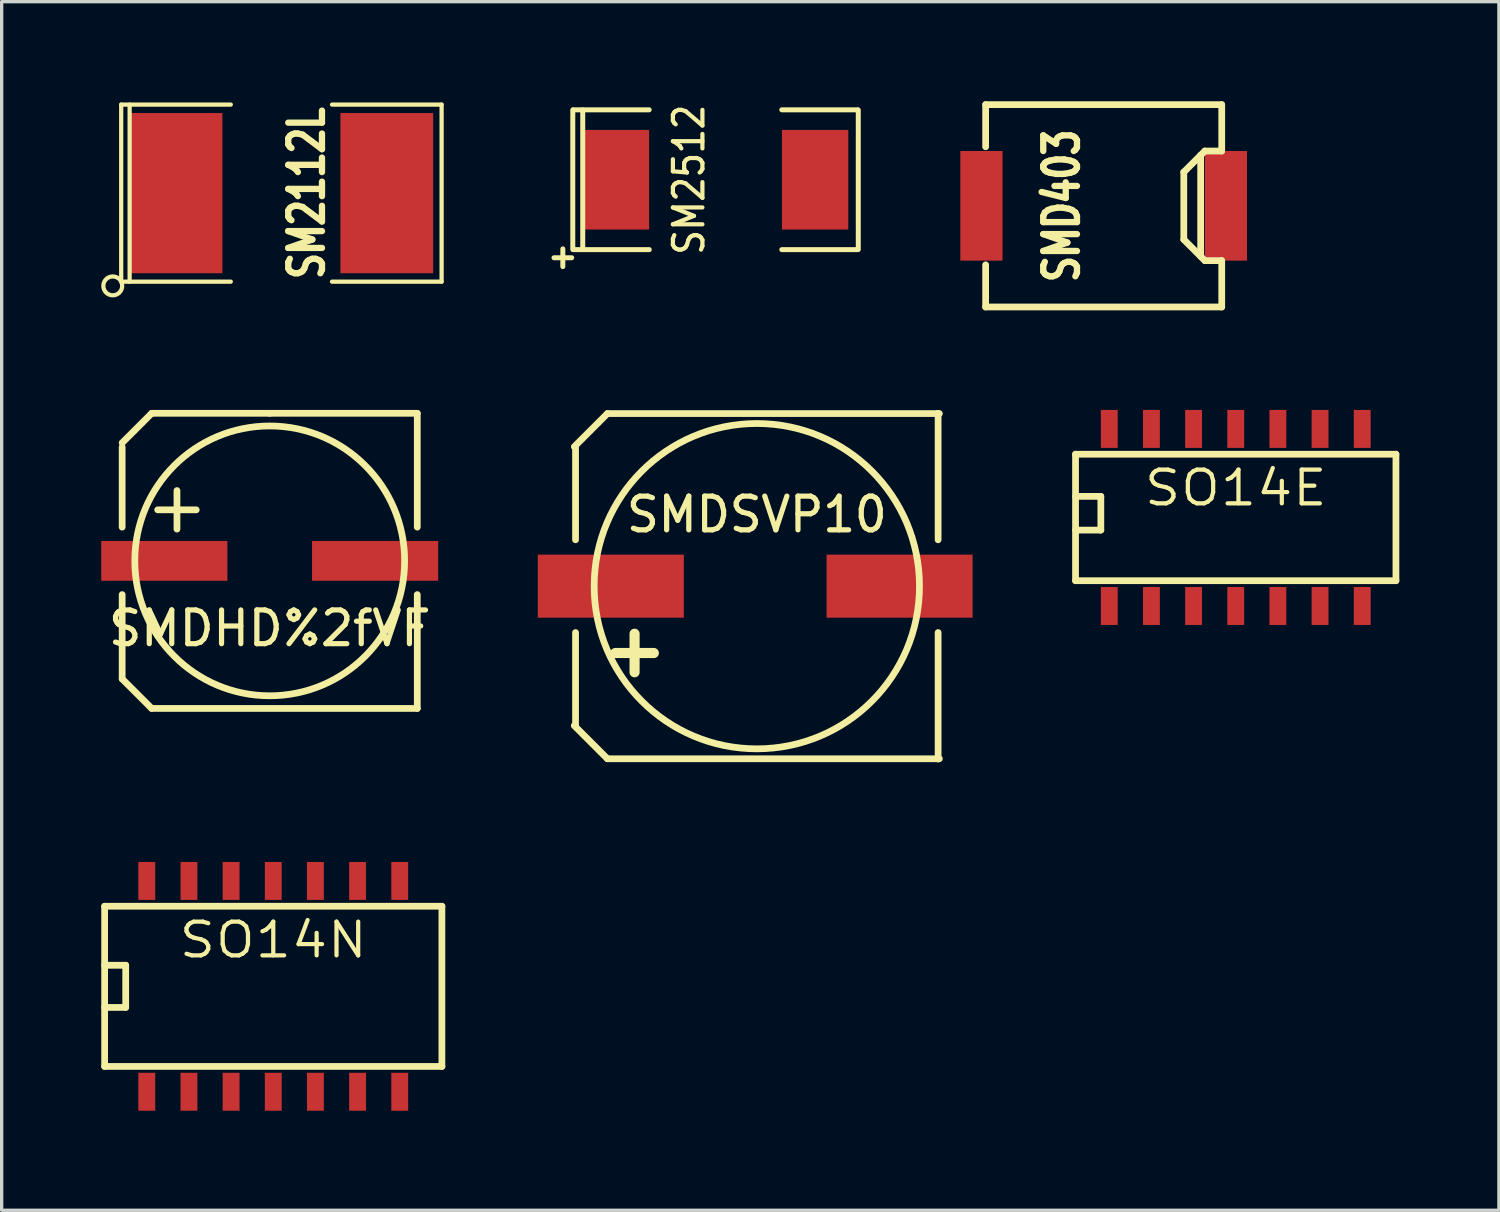
<source format=kicad_pcb>
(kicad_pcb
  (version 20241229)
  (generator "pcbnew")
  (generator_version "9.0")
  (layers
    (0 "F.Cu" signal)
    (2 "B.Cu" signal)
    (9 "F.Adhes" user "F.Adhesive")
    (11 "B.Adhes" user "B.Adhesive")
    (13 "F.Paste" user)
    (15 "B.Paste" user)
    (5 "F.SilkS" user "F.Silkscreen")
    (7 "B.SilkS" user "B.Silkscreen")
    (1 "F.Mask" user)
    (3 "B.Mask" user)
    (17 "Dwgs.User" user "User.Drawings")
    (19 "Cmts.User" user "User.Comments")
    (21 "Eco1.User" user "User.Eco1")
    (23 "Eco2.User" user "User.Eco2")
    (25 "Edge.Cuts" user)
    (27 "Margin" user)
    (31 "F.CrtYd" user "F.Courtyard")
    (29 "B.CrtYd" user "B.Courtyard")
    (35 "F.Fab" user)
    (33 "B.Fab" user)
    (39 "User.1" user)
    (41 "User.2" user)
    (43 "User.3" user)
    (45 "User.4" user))
  (footprint "SM2112L"
    (layer "F.Cu")
    (at 5.427 2.768)
    (property "Reference" "SM2112L" (at 0.762 0 90) (layer "F.SilkS") (effects (font (size 1.016 0.762) (thickness 0.203))))
    (attr smd)
    (fp_line (start -4.826 -2.667) (end -4.826 2.667) (stroke (width 0.127) (type solid)) (layer "F.SilkS"))
    (fp_line (start -4.572 -2.667) (end -4.572 2.667) (stroke (width 0.127) (type solid)) (layer "F.SilkS"))
    (fp_line (start -1.524 -2.667) (end -4.826 -2.667) (stroke (width 0.127) (type solid)) (layer "F.SilkS"))
    (fp_line (start -1.524 2.667) (end -4.826 2.667) (stroke (width 0.127) (type solid)) (layer "F.SilkS"))
    (fp_line (start 1.524 -2.667) (end 4.826 -2.667) (stroke (width 0.127) (type solid)) (layer "F.SilkS"))
    (fp_line (start 4.826 -2.667) (end 4.826 2.667) (stroke (width 0.127) (type solid)) (layer "F.SilkS"))
    (fp_line (start 4.826 2.667) (end 1.524 2.667) (stroke (width 0.127) (type solid)) (layer "F.SilkS"))
    (fp_circle (center -5.08 2.794) (end -4.826 2.667) (stroke (width 0.127) (type solid)) (fill no) (layer "F.SilkS"))
    (pad "1" smd rect (at -3.175 0) (size 2.794 4.826) (layers "F.Cu" "F.Mask" "F.Paste"))
    (pad "2" smd rect (at 3.175 0) (size 2.794 4.826) (layers "F.Cu" "F.Mask" "F.Paste")))
  (footprint "SMD403"
    (layer "F.Cu")
    (at 30.198 3.15)
    (property "Reference" "SMD403" (at -1.265 0 90) (layer "F.SilkS") (effects (font (size 1.016 0.762) (thickness 0.203))))
    (attr smd)
    (fp_line (start -3.556 -3.048) (end -3.556 -1.778) (stroke (width 0.203) (type solid)) (layer "F.SilkS"))
    (fp_line (start -3.556 -3.048) (end 3.556 -3.048) (stroke (width 0.203) (type solid)) (layer "F.SilkS"))
    (fp_line (start -3.556 3.048) (end -3.556 1.778) (stroke (width 0.203) (type solid)) (layer "F.SilkS"))
    (fp_line (start 2.413 1.016) (end 2.413 -1.016) (stroke (width 0.203) (type solid)) (layer "F.SilkS"))
    (fp_line (start 2.921 -1.524) (end 2.921 1.524) (stroke (width 0.203) (type solid)) (layer "F.SilkS"))
    (fp_line (start 3.048 -1.651) (end 2.413 -1.016) (stroke (width 0.203) (type solid)) (layer "F.SilkS"))
    (fp_line (start 3.048 1.651) (end 2.413 1.016) (stroke (width 0.203) (type solid)) (layer "F.SilkS"))
    (fp_line (start 3.556 -1.651) (end 3.048 -1.651) (stroke (width 0.203) (type solid)) (layer "F.SilkS"))
    (fp_line (start 3.556 -1.651) (end 3.556 -3.048) (stroke (width 0.203) (type solid)) (layer "F.SilkS"))
    (fp_line (start 3.556 1.651) (end 3.048 1.651) (stroke (width 0.203) (type solid)) (layer "F.SilkS"))
    (fp_line (start 3.556 3.048) (end -3.556 3.048) (stroke (width 0.203) (type solid)) (layer "F.SilkS"))
    (fp_line (start 3.556 3.048) (end 3.556 1.651) (stroke (width 0.203) (type solid)) (layer "F.SilkS"))
    (pad "1" smd rect (at -3.683 0) (size 1.27 3.302) (layers "F.Cu" "F.Mask" "F.Paste"))
    (pad "2" smd rect (at 3.683 0) (size 1.27 3.302) (layers "F.Cu" "F.Mask" "F.Paste")))
  (footprint "SO14E"
    (layer "F.Cu")
    (at 34.176 12.411)
    (property "Reference" "SO14E" (at 0 -0.762 0) (layer "F.SilkS") (effects (font (size 1.016 1.143) (thickness 0.127))))
    (attr smd)
    (fp_line (start -4.826 -1.778) (end 4.826 -1.778) (stroke (width 0.203) (type solid)) (layer "F.SilkS"))
    (fp_line (start -4.826 -0.508) (end -4.064 -0.508) (stroke (width 0.203) (type solid)) (layer "F.SilkS"))
    (fp_line (start -4.826 2.032) (end -4.826 -1.778) (stroke (width 0.203) (type solid)) (layer "F.SilkS"))
    (fp_line (start -4.064 -0.508) (end -4.064 0.508) (stroke (width 0.203) (type solid)) (layer "F.SilkS"))
    (fp_line (start -4.064 0.508) (end -4.826 0.508) (stroke (width 0.203) (type solid)) (layer "F.SilkS"))
    (fp_line (start 4.826 -1.778) (end 4.826 2.032) (stroke (width 0.203) (type solid)) (layer "F.SilkS"))
    (fp_line (start 4.826 2.032) (end -4.826 2.032) (stroke (width 0.203) (type solid)) (layer "F.SilkS"))
    (pad "1" smd rect (at -3.81 2.794) (size 0.508 1.143) (layers "F.Cu" "F.Mask" "F.Paste"))
    (pad "2" smd rect (at -2.54 2.794) (size 0.508 1.143) (layers "F.Cu" "F.Mask" "F.Paste"))
    (pad "3" smd rect (at -1.27 2.794) (size 0.508 1.143) (layers "F.Cu" "F.Mask" "F.Paste"))
    (pad "4" smd rect (at 0 2.794) (size 0.508 1.143) (layers "F.Cu" "F.Mask" "F.Paste"))
    (pad "5" smd rect (at 1.27 2.794) (size 0.508 1.143) (layers "F.Cu" "F.Mask" "F.Paste"))
    (pad "6" smd rect (at 2.54 2.794) (size 0.508 1.143) (layers "F.Cu" "F.Mask" "F.Paste"))
    (pad "7" smd rect (at 3.81 2.794) (size 0.508 1.143) (layers "F.Cu" "F.Mask" "F.Paste"))
    (pad "8" smd rect (at 3.81 -2.54) (size 0.508 1.143) (layers "F.Cu" "F.Mask" "F.Paste"))
    (pad "9" smd rect (at 2.54 -2.54) (size 0.508 1.143) (layers "F.Cu" "F.Mask" "F.Paste"))
    (pad "10" smd rect (at 1.27 -2.54) (size 0.508 1.143) (layers "F.Cu" "F.Mask" "F.Paste"))
    (pad "11" smd rect (at 0 -2.54) (size 0.508 1.143) (layers "F.Cu" "F.Mask" "F.Paste"))
    (pad "12" smd rect (at -1.27 -2.54) (size 0.508 1.143) (layers "F.Cu" "F.Mask" "F.Paste"))
    (pad "13" smd rect (at -2.54 -2.54) (size 0.508 1.143) (layers "F.Cu" "F.Mask" "F.Paste"))
    (pad "14" smd rect (at -3.81 -2.54) (size 0.508 1.143) (layers "F.Cu" "F.Mask" "F.Paste")))
  (footprint "SO14N"
    (layer "F.Cu")
    (at 5.182 26.536)
    (property "Reference" "SO14N" (at 0 -1.27 0) (layer "F.SilkS") (effects (font (size 1.016 1.143) (thickness 0.127))))
    (attr smd)
    (fp_line (start -5.08 -2.286) (end 5.08 -2.286) (stroke (width 0.203) (type solid)) (layer "F.SilkS"))
    (fp_line (start -5.08 -0.508) (end -4.445 -0.508) (stroke (width 0.203) (type solid)) (layer "F.SilkS"))
    (fp_line (start -5.08 2.54) (end -5.08 -2.286) (stroke (width 0.203) (type solid)) (layer "F.SilkS"))
    (fp_line (start -4.445 -0.508) (end -4.445 0.762) (stroke (width 0.203) (type solid)) (layer "F.SilkS"))
    (fp_line (start -4.445 0.762) (end -5.08 0.762) (stroke (width 0.203) (type solid)) (layer "F.SilkS"))
    (fp_line (start 5.08 -2.286) (end 5.08 2.54) (stroke (width 0.203) (type solid)) (layer "F.SilkS"))
    (fp_line (start 5.08 2.54) (end -5.08 2.54) (stroke (width 0.203) (type solid)) (layer "F.SilkS"))
    (pad "1" smd rect (at -3.81 3.302) (size 0.508 1.143) (layers "F.Cu" "F.Mask" "F.Paste"))
    (pad "2" smd rect (at -2.54 3.302) (size 0.508 1.143) (layers "F.Cu" "F.Mask" "F.Paste"))
    (pad "3" smd rect (at -1.27 3.302) (size 0.508 1.143) (layers "F.Cu" "F.Mask" "F.Paste"))
    (pad "4" smd rect (at 0 3.302) (size 0.508 1.143) (layers "F.Cu" "F.Mask" "F.Paste"))
    (pad "5" smd rect (at 1.27 3.302) (size 0.508 1.143) (layers "F.Cu" "F.Mask" "F.Paste"))
    (pad "6" smd rect (at 2.54 3.302) (size 0.508 1.143) (layers "F.Cu" "F.Mask" "F.Paste"))
    (pad "7" smd rect (at 3.81 3.302) (size 0.508 1.143) (layers "F.Cu" "F.Mask" "F.Paste"))
    (pad "8" smd rect (at 3.81 -3.048) (size 0.508 1.143) (layers "F.Cu" "F.Mask" "F.Paste"))
    (pad "9" smd rect (at 2.54 -3.048) (size 0.508 1.143) (layers "F.Cu" "F.Mask" "F.Paste"))
    (pad "10" smd rect (at 1.27 -3.048) (size 0.508 1.143) (layers "F.Cu" "F.Mask" "F.Paste"))
    (pad "11" smd rect (at 0 -3.048) (size 0.508 1.143) (layers "F.Cu" "F.Mask" "F.Paste"))
    (pad "12" smd rect (at -1.27 -3.048) (size 0.508 1.143) (layers "F.Cu" "F.Mask" "F.Paste"))
    (pad "13" smd rect (at -2.54 -3.048) (size 0.508 1.143) (layers "F.Cu" "F.Mask" "F.Paste"))
    (pad "14" smd rect (at -3.81 -3.048) (size 0.508 1.143) (layers "F.Cu" "F.Mask" "F.Paste")))
  (footprint "SM2512"
    (layer "F.Cu")
    (at 18.505 2.364)
    (property "Reference" "SM2512" (at -0.8 0 90) (layer "F.SilkS") (effects (font (size 0.889 0.762) (thickness 0.127))))
    (attr smd)
    (fp_line (start -4.3 -2.101) (end -4.3 2.101) (stroke (width 0.15) (type solid)) (layer "F.SilkS"))
    (fp_line (start -4.282 2.106) (end -1.996 2.106) (stroke (width 0.15) (type solid)) (layer "F.SilkS"))
    (fp_line (start -4 -2.101) (end -4 2.101) (stroke (width 0.15) (type solid)) (layer "F.SilkS"))
    (fp_line (start -1.999 -2.106) (end -4.285 -2.106) (stroke (width 0.15) (type solid)) (layer "F.SilkS"))
    (fp_line (start 1.996 2.106) (end 4.282 2.106) (stroke (width 0.15) (type solid)) (layer "F.SilkS"))
    (fp_line (start 4.282 -2.106) (end 1.996 -2.106) (stroke (width 0.15) (type solid)) (layer "F.SilkS"))
    (fp_line (start 4.3 -2.101) (end 4.3 2.101) (stroke (width 0.15) (type solid)) (layer "F.SilkS"))
    (fp_text user "+" (at -4.6 2.301 0) (layer "F.SilkS") (effects (font (size 0.7 0.7) (thickness 0.15))))
    (pad "1" smd rect (at -3 0) (size 1.999 3) (layers "F.Cu" "F.Mask" "F.Paste"))
    (pad "2" smd rect (at 3 0) (size 1.999 3) (layers "F.Cu" "F.Mask" "F.Paste")))
  (footprint "SMDHD%2fVF"
    (layer "F.Cu")
    (at 5.075 13.846)
    (property "Reference" "SMDHD%2fVF" (at 0 2.032 0) (layer "F.SilkS") (effects (font (size 1.016 1.016) (thickness 0.157))))
    (attr smd)
    (fp_line (start -4.445 -3.556) (end -3.556 -4.445) (stroke (width 0.203) (type solid)) (layer "F.SilkS"))
    (fp_line (start -4.445 -3.429) (end -4.445 -1.016) (stroke (width 0.203) (type solid)) (layer "F.SilkS"))
    (fp_line (start -4.445 3.556) (end -4.445 1.016) (stroke (width 0.203) (type solid)) (layer "F.SilkS"))
    (fp_line (start -3.556 -4.445) (end 0 -4.445) (stroke (width 0.203) (type solid)) (layer "F.SilkS"))
    (fp_line (start -3.556 4.445) (end -4.445 3.556) (stroke (width 0.203) (type solid)) (layer "F.SilkS"))
    (fp_line (start 0 -4.445) (end 4.445 -4.445) (stroke (width 0.203) (type solid)) (layer "F.SilkS"))
    (fp_line (start 4.445 -4.445) (end 4.445 -1.016) (stroke (width 0.203) (type solid)) (layer "F.SilkS"))
    (fp_line (start 4.445 4.445) (end -3.556 4.445) (stroke (width 0.203) (type solid)) (layer "F.SilkS"))
    (fp_line (start 4.445 4.445) (end 4.445 1.016) (stroke (width 0.203) (type solid)) (layer "F.SilkS"))
    (fp_circle (center 0 0) (end 4.064 0) (stroke (width 0.203) (type solid)) (fill no) (layer "F.SilkS"))
    (fp_text user "+" (at -2.794 -1.651 0) (layer "F.SilkS") (effects (font (size 1.524 1.524) (thickness 0.203))))
    (pad "1" smd rect (at -3.175 0) (size 3.8 1.199) (layers "F.Cu" "F.Mask" "F.Paste"))
    (pad "2" smd rect (at 3.175 0) (size 3.8 1.199) (layers "F.Cu" "F.Mask" "F.Paste")))
  (footprint "SMDSVP10"
    (layer "F.Cu")
    (at 19.749 14.608)
    (property "Reference" "SMDSVP10" (at 0 -2.159 0) (layer "F.SilkS") (effects (font (size 1.016 1.001) (thickness 0.157))))
    (attr smd)
    (fp_line (start -5.499 4.201) (end -4.501 5.199) (stroke (width 0.203) (type solid)) (layer "F.SilkS"))
    (fp_line (start -5.461 -4.191) (end -5.461 -1.397) (stroke (width 0.203) (type solid)) (layer "F.SilkS"))
    (fp_line (start -5.461 4.191) (end -5.461 1.397) (stroke (width 0.203) (type solid)) (layer "F.SilkS"))
    (fp_line (start -4.501 -5.199) (end -5.499 -4.201) (stroke (width 0.203) (type solid)) (layer "F.SilkS"))
    (fp_line (start -4.501 5.199) (end 5.499 5.199) (stroke (width 0.203) (type solid)) (layer "F.SilkS"))
    (fp_line (start 5.461 -5.207) (end 5.461 -1.397) (stroke (width 0.203) (type solid)) (layer "F.SilkS"))
    (fp_line (start 5.461 5.207) (end 5.461 1.397) (stroke (width 0.203) (type solid)) (layer "F.SilkS"))
    (fp_line (start 5.499 -5.199) (end -4.501 -5.199) (stroke (width 0.203) (type solid)) (layer "F.SilkS"))
    (fp_circle (center 0 0) (end 4.9 0) (stroke (width 0.203) (type solid)) (fill no) (layer "F.SilkS"))
    (fp_text user "+" (at -3.683 1.905 0) (layer "F.SilkS") (effects (font (size 1.524 1.524) (thickness 0.305))))
    (pad "1" smd rect (at -4.399 0) (size 4.399 1.9) (layers "F.Cu" "F.Mask" "F.Paste"))
    (pad "2" smd rect (at 4.3 0) (size 4.399 1.9) (layers "F.Cu" "F.Mask" "F.Paste")))
  (gr_rect
    (start -3 -3)
    (end 42.104 33.409)
    (stroke (width 0.1) (type default))
    (fill no)
    (layer "Edge.Cuts")))
</source>
